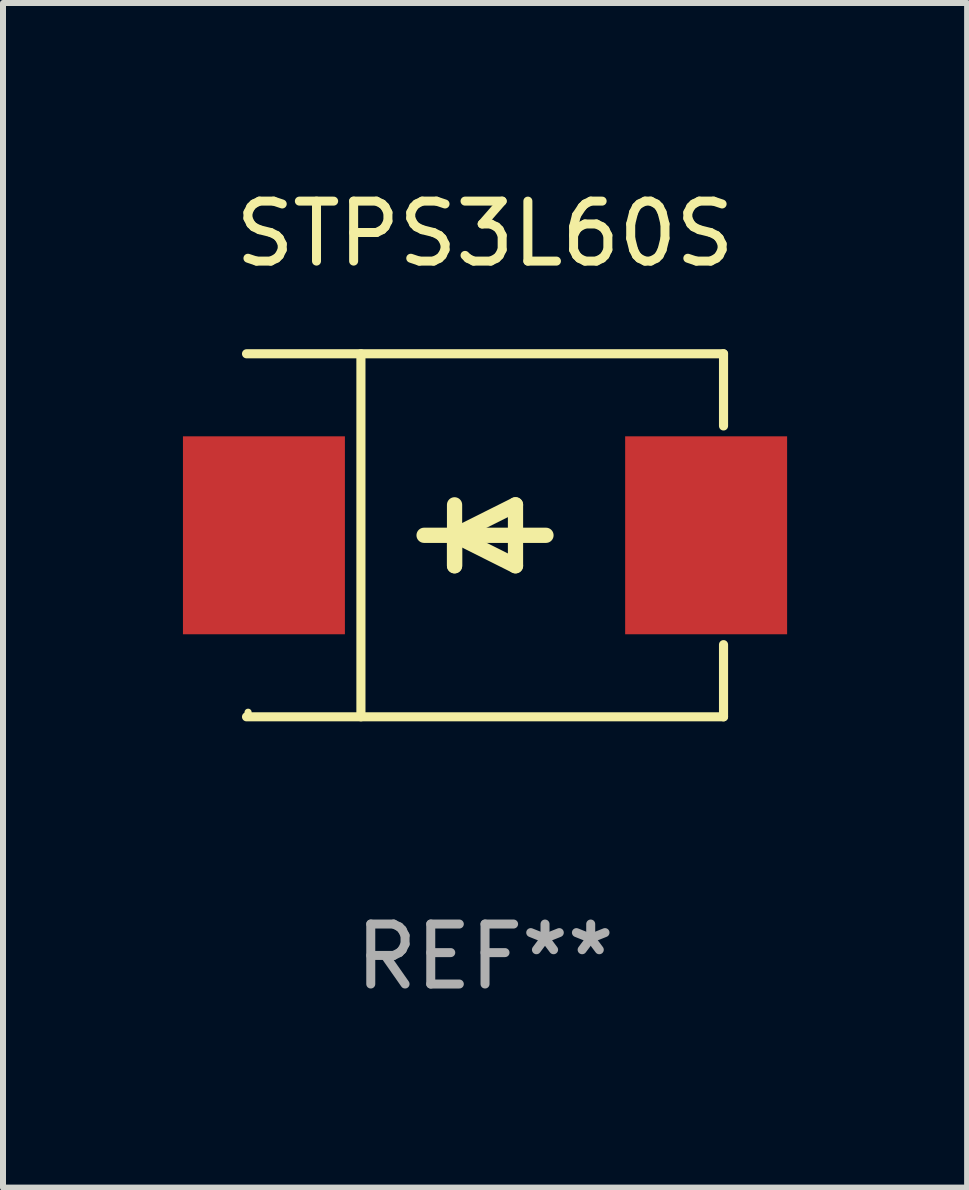
<source format=kicad_pcb>
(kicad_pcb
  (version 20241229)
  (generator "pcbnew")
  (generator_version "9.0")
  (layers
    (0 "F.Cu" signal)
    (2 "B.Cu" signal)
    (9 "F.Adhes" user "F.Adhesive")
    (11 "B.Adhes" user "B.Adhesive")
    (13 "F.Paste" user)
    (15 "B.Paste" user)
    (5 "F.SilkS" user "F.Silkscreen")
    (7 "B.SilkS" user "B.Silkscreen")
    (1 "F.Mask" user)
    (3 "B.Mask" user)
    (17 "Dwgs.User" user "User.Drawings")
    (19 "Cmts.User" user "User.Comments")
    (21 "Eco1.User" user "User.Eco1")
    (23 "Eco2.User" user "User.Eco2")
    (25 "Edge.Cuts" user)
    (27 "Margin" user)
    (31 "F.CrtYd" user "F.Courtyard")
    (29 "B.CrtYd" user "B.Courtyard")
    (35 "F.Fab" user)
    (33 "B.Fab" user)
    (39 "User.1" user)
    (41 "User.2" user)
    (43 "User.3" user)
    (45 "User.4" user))
  (footprint "STPS3L60S"
    (layer "F.Cu")
    (at 5.036 5.874)
    (property "Reference" "STPS3L60S" (at 0 -5.026 0) (layer "F.SilkS") (effects (font (size 1 1) (thickness 0.15))))
    (attr through_hole)
    (fp_line (start -3.976 -3.026) (end 3.976 -3.026) (stroke (width 0.152) (type solid)) (layer "F.SilkS"))
    (fp_line (start -3.976 3.026) (end 3.976 3.026) (stroke (width 0.152) (type solid)) (layer "F.SilkS"))
    (fp_line (start -2.069 -3.026) (end -2.069 3.026) (stroke (width 0.152) (type solid)) (layer "F.SilkS"))
    (fp_line (start -0.508 0) (end -0.508 0.508) (stroke (width 0.254) (type solid)) (layer "F.SilkS"))
    (fp_line (start -0.508 0) (end 0.508 0.508) (stroke (width 0.254) (type solid)) (layer "F.SilkS"))
    (fp_line (start -0.508 0.508) (end -0.508 -0.508) (stroke (width 0.254) (type solid)) (layer "F.SilkS"))
    (fp_line (start 0.508 -0.508) (end -0.508 0) (stroke (width 0.254) (type solid)) (layer "F.SilkS"))
    (fp_line (start 0.508 0.508) (end 0.508 -0.508) (stroke (width 0.254) (type solid)) (layer "F.SilkS"))
    (fp_line (start 1.016 0) (end -1.016 0) (stroke (width 0.254) (type solid)) (layer "F.SilkS"))
    (fp_line (start 3.976 -3.026) (end 3.976 -1.823) (stroke (width 0.152) (type solid)) (layer "F.SilkS"))
    (fp_line (start 3.976 3.026) (end 3.976 1.823) (stroke (width 0.152) (type solid)) (layer "F.SilkS"))
    (fp_circle (center -3.95 2.95) (end -3.92 2.95) (stroke (width 0.06) (type solid)) (fill no) (layer "F.SilkS"))
    (fp_text user "REF**" (at 0 7.026 0) (layer "F.Fab") (effects (font (size 1 1) (thickness 0.15))))
    (pad "1" smd rect (at -3.686 0) (size 2.7 3.3) (layers "F.Cu" "F.Mask" "F.Paste"))
    (pad "2" smd rect (at 3.686 0) (size 2.7 3.3) (layers "F.Cu" "F.Mask" "F.Paste")))
  (gr_rect
    (start -3 -3)
    (end 13.073 16.749)
    (stroke (width 0.1) (type default))
    (fill no)
    (layer "Edge.Cuts")))
</source>
